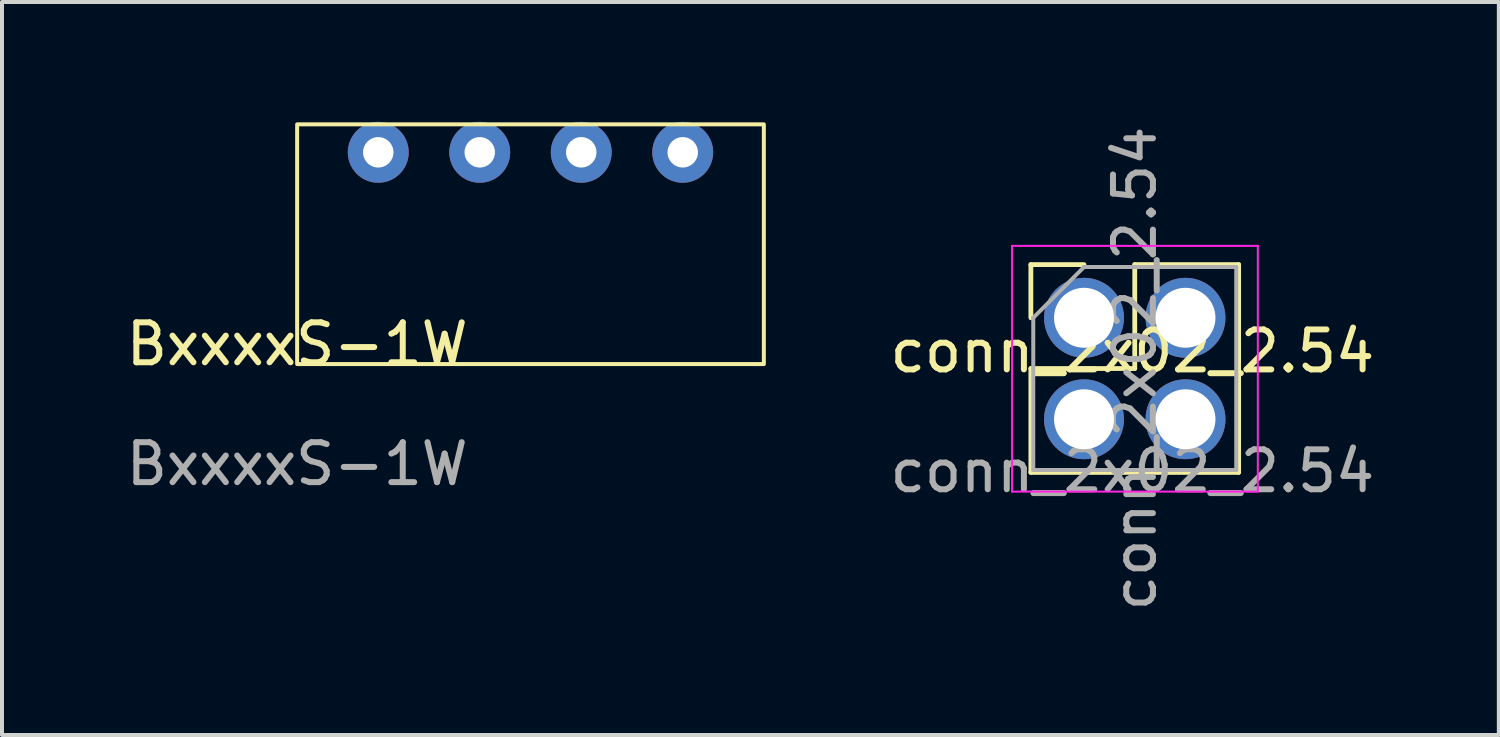
<source format=kicad_pcb>
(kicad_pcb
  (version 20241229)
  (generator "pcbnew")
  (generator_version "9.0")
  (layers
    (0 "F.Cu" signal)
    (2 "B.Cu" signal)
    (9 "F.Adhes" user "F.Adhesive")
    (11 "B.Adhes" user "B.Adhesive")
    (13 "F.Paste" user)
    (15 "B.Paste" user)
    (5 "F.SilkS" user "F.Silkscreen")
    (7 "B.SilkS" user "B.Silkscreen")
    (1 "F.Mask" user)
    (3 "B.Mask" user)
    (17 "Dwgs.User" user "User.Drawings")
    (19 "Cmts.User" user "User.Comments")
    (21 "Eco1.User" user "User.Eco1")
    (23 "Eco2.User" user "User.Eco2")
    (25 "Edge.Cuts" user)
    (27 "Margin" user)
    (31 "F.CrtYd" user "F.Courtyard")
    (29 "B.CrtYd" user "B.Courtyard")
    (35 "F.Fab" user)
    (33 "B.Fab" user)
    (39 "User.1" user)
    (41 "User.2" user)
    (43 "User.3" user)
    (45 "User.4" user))
  (footprint "conn_2x02_2.54"
    (layer "F.Cu")
    (at 25.29 6.24)
    (property "Reference" "conn_2x02_2.54" (at 0 -0.5 0) (unlocked yes) (layer "F.SilkS") (effects (font (size 1 1) (thickness 0.15))))
    (attr through_hole)
    (fp_line (start -2.54 -2.667) (end -1.21 -2.667) (stroke (width 0.12) (type solid)) (layer "F.SilkS"))
    (fp_line (start -2.54 -1.337) (end -2.54 -2.667) (stroke (width 0.12) (type solid)) (layer "F.SilkS"))
    (fp_line (start -2.54 -0.067) (end -2.54 2.533) (stroke (width 0.12) (type solid)) (layer "F.SilkS"))
    (fp_line (start -2.54 -0.067) (end 0.06 -0.067) (stroke (width 0.12) (type solid)) (layer "F.SilkS"))
    (fp_line (start -2.54 2.533) (end 2.66 2.533) (stroke (width 0.12) (type solid)) (layer "F.SilkS"))
    (fp_line (start 0.06 -2.667) (end 2.66 -2.667) (stroke (width 0.12) (type solid)) (layer "F.SilkS"))
    (fp_line (start 0.06 -0.067) (end 0.06 -2.667) (stroke (width 0.12) (type solid)) (layer "F.SilkS"))
    (fp_line (start 2.66 -2.667) (end 2.66 2.533) (stroke (width 0.12) (type solid)) (layer "F.SilkS"))
    (fp_line (start -3.01 -3.137) (end -3.01 3.013) (stroke (width 0.05) (type solid)) (layer "F.CrtYd"))
    (fp_line (start -3.01 3.013) (end 3.14 3.013) (stroke (width 0.05) (type solid)) (layer "F.CrtYd"))
    (fp_line (start 3.14 -3.137) (end -3.01 -3.137) (stroke (width 0.05) (type solid)) (layer "F.CrtYd"))
    (fp_line (start 3.14 3.013) (end 3.14 -3.137) (stroke (width 0.05) (type solid)) (layer "F.CrtYd"))
    (fp_line (start -2.48 -1.337) (end -1.21 -2.607) (stroke (width 0.1) (type solid)) (layer "F.Fab"))
    (fp_line (start -2.48 2.473) (end -2.48 -1.337) (stroke (width 0.1) (type solid)) (layer "F.Fab"))
    (fp_line (start -1.21 -2.607) (end 2.6 -2.607) (stroke (width 0.1) (type solid)) (layer "F.Fab"))
    (fp_line (start 2.6 -2.607) (end 2.6 2.473) (stroke (width 0.1) (type solid)) (layer "F.Fab"))
    (fp_line (start 2.6 2.473) (end -2.48 2.473) (stroke (width 0.1) (type solid)) (layer "F.Fab"))
    (fp_text user "${REFERENCE}" (at 0 2.5 0) (unlocked yes) (layer "F.Fab") (effects (font (size 1 1) (thickness 0.15))))
    (fp_text user "${REFERENCE}" (at 0.06 -0.067 90) (layer "F.Fab") (effects (font (size 1 1) (thickness 0.15))))
    (pad "1" thru_hole circle (at -1.21 -1.337) (size 2 2) (drill 1.5) (layers "*.Cu" "*.Mask"))
    (pad "2" thru_hole circle (at 1.33 -1.337) (size 2 2) (drill 1.5) (layers "*.Cu" "*.Mask"))
    (pad "3" thru_hole circle (at -1.21 1.203) (size 2 2) (drill 1.5) (layers "*.Cu" "*.Mask"))
    (pad "4" thru_hole circle (at 1.33 1.203) (size 2 2) (drill 1.5) (layers "*.Cu" "*.Mask")))
  (footprint "BxxxxS-1W"
    (layer "F.Cu")
    (at 4.387 6.062)
    (property "Reference" "BxxxxS-1W" (at 0 -0.5 0) (unlocked yes) (layer "F.SilkS") (effects (font (size 1 1) (thickness 0.15))))
    (attr through_hole)
    (fp_rect (start 0 -6) (end 11.68 0) (stroke (width 0.1) (type solid)) (fill no) (layer "F.SilkS"))
    (fp_text user "${REFERENCE}" (at 0 2.5 0) (unlocked yes) (layer "F.Fab") (effects (font (size 1 1) (thickness 0.15))))
    (pad "1" thru_hole circle (at 2.03 -5.3) (size 1.524 1.524) (drill 0.762) (layers "*.Cu" "*.Mask"))
    (pad "2" thru_hole circle (at 4.57 -5.3) (size 1.524 1.524) (drill 0.762) (layers "*.Cu" "*.Mask"))
    (pad "3" thru_hole circle (at 7.11 -5.3) (size 1.524 1.524) (drill 0.762) (layers "*.Cu" "*.Mask"))
    (pad "4" thru_hole circle (at 9.65 -5.3) (size 1.524 1.524) (drill 0.762) (layers "*.Cu" "*.Mask")))
  (gr_rect
    (start -3 -3)
    (end 34.462 15.345)
    (stroke (width 0.1) (type default))
    (fill no)
    (layer "Edge.Cuts")))
</source>
